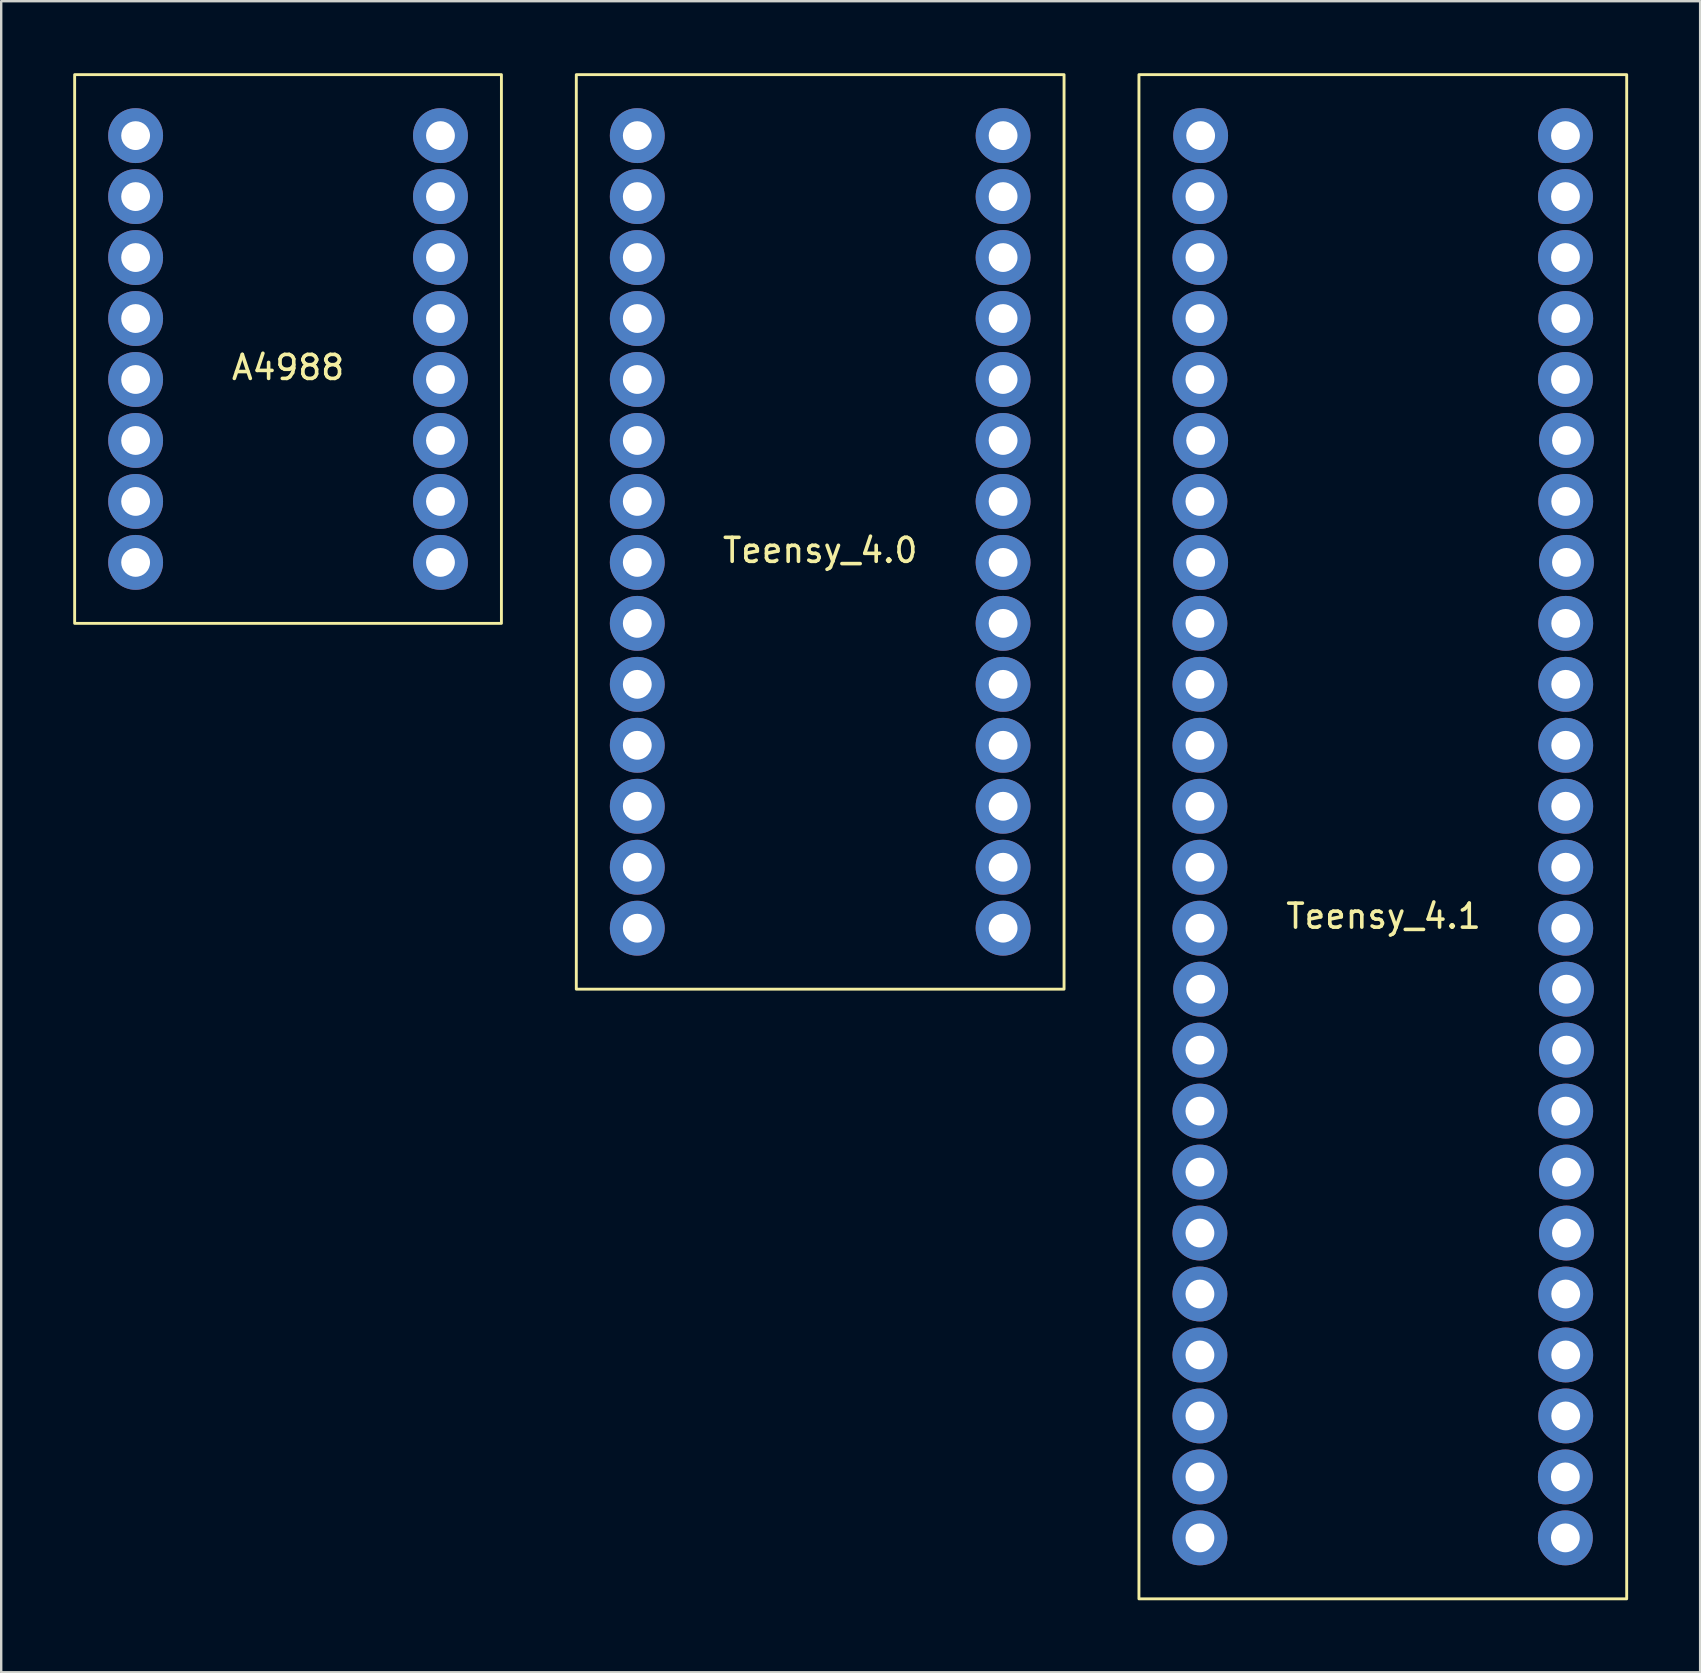
<source format=kicad_pcb>
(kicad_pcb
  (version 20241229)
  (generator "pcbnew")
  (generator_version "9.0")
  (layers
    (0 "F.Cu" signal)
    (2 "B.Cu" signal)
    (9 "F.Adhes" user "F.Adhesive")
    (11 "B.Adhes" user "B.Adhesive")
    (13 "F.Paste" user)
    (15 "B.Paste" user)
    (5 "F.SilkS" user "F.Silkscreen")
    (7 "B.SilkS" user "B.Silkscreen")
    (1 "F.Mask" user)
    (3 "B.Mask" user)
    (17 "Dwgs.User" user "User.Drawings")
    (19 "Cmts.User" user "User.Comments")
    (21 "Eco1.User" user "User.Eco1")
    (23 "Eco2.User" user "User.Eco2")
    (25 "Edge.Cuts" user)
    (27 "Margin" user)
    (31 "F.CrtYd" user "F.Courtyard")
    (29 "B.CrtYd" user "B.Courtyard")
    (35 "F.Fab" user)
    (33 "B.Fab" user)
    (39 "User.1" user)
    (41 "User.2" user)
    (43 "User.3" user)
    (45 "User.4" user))
  (footprint "Teensy_4.1"
    (layer "F.Cu")
    (at 54.56 30.54)
    (property "Reference" "Teensy_4.1" (at 0.03 4.58 0) (unlocked yes) (layer "F.SilkS") (effects (font (size 1 1) (thickness 0.15))))
    (attr smd)
    (fp_rect (start -10.16 -30.48) (end 10.16 33.02) (stroke (width 0.12) (type solid)) (fill no) (layer "F.SilkS"))
    (pad "1" thru_hole circle (at -7.59 -27.94) (size 2.286 2.286) (drill 1.2) (layers "*.Cu" "*.Mask"))
    (pad "2" thru_hole circle (at -7.62 -25.4) (size 2.286 2.286) (drill 1.2) (layers "*.Cu" "*.Mask"))
    (pad "3" thru_hole circle (at -7.62 -22.86) (size 2.286 2.286) (drill 1.2) (layers "*.Cu" "*.Mask"))
    (pad "4" thru_hole circle (at -7.62 -20.32) (size 2.286 2.286) (drill 1.2) (layers "*.Cu" "*.Mask"))
    (pad "5" thru_hole circle (at -7.62 -17.78) (size 2.286 2.286) (drill 1.2) (layers "*.Cu" "*.Mask"))
    (pad "6" thru_hole circle (at -7.59 -15.24) (size 2.286 2.286) (drill 1.2) (layers "*.Cu" "*.Mask"))
    (pad "7" thru_hole circle (at -7.62 -12.7) (size 2.286 2.286) (drill 1.2) (layers "*.Cu" "*.Mask"))
    (pad "8" thru_hole circle (at -7.59 -10.16) (size 2.286 2.286) (drill 1.2) (layers "*.Cu" "*.Mask"))
    (pad "9" thru_hole circle (at -7.62 -7.62) (size 2.286 2.286) (drill 1.2) (layers "*.Cu" "*.Mask"))
    (pad "10" thru_hole circle (at -7.62 -5.08) (size 2.286 2.286) (drill 1.2) (layers "*.Cu" "*.Mask"))
    (pad "11" thru_hole circle (at -7.62 -2.54) (size 2.286 2.286) (drill 1.2) (layers "*.Cu" "*.Mask"))
    (pad "12" thru_hole circle (at -7.62 0) (size 2.286 2.286) (drill 1.2) (layers "*.Cu" "*.Mask"))
    (pad "13" thru_hole circle (at -7.62 2.54) (size 2.286 2.286) (drill 1.2) (layers "*.Cu" "*.Mask"))
    (pad "14" thru_hole circle (at -7.62 5.08) (size 2.286 2.286) (drill 1.2) (layers "*.Cu" "*.Mask"))
    (pad "15" thru_hole circle (at -7.59 7.62) (size 2.286 2.286) (drill 1.2) (layers "*.Cu" "*.Mask"))
    (pad "16" thru_hole circle (at -7.62 10.16) (size 2.286 2.286) (drill 1.2) (layers "*.Cu" "*.Mask"))
    (pad "17" thru_hole circle (at -7.62 12.7) (size 2.286 2.286) (drill 1.2) (layers "*.Cu" "*.Mask"))
    (pad "18" thru_hole circle (at -7.62 15.24) (size 2.286 2.286) (drill 1.2) (layers "*.Cu" "*.Mask"))
    (pad "19" thru_hole circle (at -7.62 17.78) (size 2.286 2.286) (drill 1.2) (layers "*.Cu" "*.Mask"))
    (pad "20" thru_hole circle (at -7.62 20.32) (size 2.286 2.286) (drill 1.2) (layers "*.Cu" "*.Mask"))
    (pad "21" thru_hole circle (at -7.62 22.86) (size 2.286 2.286) (drill 1.2) (layers "*.Cu" "*.Mask"))
    (pad "22" thru_hole circle (at -7.62 25.4) (size 2.286 2.286) (drill 1.2) (layers "*.Cu" "*.Mask"))
    (pad "23" thru_hole circle (at -7.62 27.94) (size 2.286 2.286) (drill 1.2) (layers "*.Cu" "*.Mask"))
    (pad "24" thru_hole circle (at -7.62 30.48) (size 2.286 2.286) (drill 1.2) (layers "*.Cu" "*.Mask"))
    (pad "25" thru_hole circle (at 7.61 -27.94) (size 2.286 2.286) (drill 1.2) (layers "*.Cu" "*.Mask"))
    (pad "26" thru_hole circle (at 7.61 -25.4) (size 2.286 2.286) (drill 1.2) (layers "*.Cu" "*.Mask"))
    (pad "27" thru_hole circle (at 7.61 -22.86) (size 2.286 2.286) (drill 1.2) (layers "*.Cu" "*.Mask"))
    (pad "28" thru_hole circle (at 7.62 -20.32) (size 2.286 2.286) (drill 1.2) (layers "*.Cu" "*.Mask"))
    (pad "29" thru_hole circle (at 7.61 -17.78) (size 2.286 2.286) (drill 1.2) (layers "*.Cu" "*.Mask"))
    (pad "30" thru_hole circle (at 7.65 -15.24) (size 2.286 2.286) (drill 1.2) (layers "*.Cu" "*.Mask"))
    (pad "31" thru_hole circle (at 7.62 -12.7) (size 2.286 2.286) (drill 1.2) (layers "*.Cu" "*.Mask"))
    (pad "32" thru_hole circle (at 7.65 -10.16) (size 2.286 2.286) (drill 1.2) (layers "*.Cu" "*.Mask"))
    (pad "33" thru_hole circle (at 7.62 -7.62) (size 2.286 2.286) (drill 1.2) (layers "*.Cu" "*.Mask"))
    (pad "34" thru_hole circle (at 7.62 -5.08) (size 2.286 2.286) (drill 1.2) (layers "*.Cu" "*.Mask"))
    (pad "35" thru_hole circle (at 7.62 -2.54) (size 2.286 2.286) (drill 1.2) (layers "*.Cu" "*.Mask"))
    (pad "36" thru_hole circle (at 7.62 0) (size 2.286 2.286) (drill 1.2) (layers "*.Cu" "*.Mask"))
    (pad "37" thru_hole circle (at 7.62 2.54) (size 2.286 2.286) (drill 1.2) (layers "*.Cu" "*.Mask"))
    (pad "38" thru_hole circle (at 7.62 5.08) (size 2.286 2.286) (drill 1.2) (layers "*.Cu" "*.Mask"))
    (pad "39" thru_hole circle (at 7.65 7.62) (size 2.286 2.286) (drill 1.2) (layers "*.Cu" "*.Mask"))
    (pad "40" thru_hole circle (at 7.65 10.16) (size 2.286 2.286) (drill 1.2) (layers "*.Cu" "*.Mask"))
    (pad "41" thru_hole circle (at 7.62 12.7) (size 2.286 2.286) (drill 1.2) (layers "*.Cu" "*.Mask"))
    (pad "42" thru_hole circle (at 7.65 15.24) (size 2.286 2.286) (drill 1.2) (layers "*.Cu" "*.Mask"))
    (pad "43" thru_hole circle (at 7.65 17.78) (size 2.286 2.286) (drill 1.2) (layers "*.Cu" "*.Mask"))
    (pad "44" thru_hole circle (at 7.62 20.32) (size 2.286 2.286) (drill 1.2) (layers "*.Cu" "*.Mask"))
    (pad "45" thru_hole circle (at 7.62 22.86) (size 2.286 2.286) (drill 1.2) (layers "*.Cu" "*.Mask"))
    (pad "46" thru_hole circle (at 7.62 25.4) (size 2.286 2.286) (drill 1.2) (layers "*.Cu" "*.Mask"))
    (pad "47" thru_hole circle (at 7.605 27.94) (size 2.286 2.286) (drill 1.2) (layers "*.Cu" "*.Mask"))
    (pad "48" thru_hole circle (at 7.605 30.48) (size 2.286 2.286) (drill 1.2) (layers "*.Cu" "*.Mask")))
  (footprint "A4988"
    (layer "F.Cu")
    (at 8.95 12.76)
    (property "Reference" "A4988" (at 0 -0.5 0) (unlocked yes) (layer "F.SilkS") (effects (font (size 1 1) (thickness 0.15))))
    (attr smd)
    (fp_rect (start -8.89 -12.7) (end 8.89 10.16) (stroke (width 0.12) (type solid)) (fill no) (layer "F.SilkS"))
    (pad "1" thru_hole circle (at -6.35 -10.16) (size 2.286 2.286) (drill 1.2) (layers "*.Cu" "*.Mask"))
    (pad "2" thru_hole circle (at -6.35 -7.62) (size 2.286 2.286) (drill 1.2) (layers "*.Cu" "*.Mask"))
    (pad "3" thru_hole circle (at -6.35 -5.08) (size 2.286 2.286) (drill 1.2) (layers "*.Cu" "*.Mask"))
    (pad "4" thru_hole circle (at -6.35 -2.54) (size 2.286 2.286) (drill 1.2) (layers "*.Cu" "*.Mask"))
    (pad "5" thru_hole circle (at -6.35 0) (size 2.286 2.286) (drill 1.2) (layers "*.Cu" "*.Mask"))
    (pad "6" thru_hole circle (at -6.35 2.54) (size 2.286 2.286) (drill 1.2) (layers "*.Cu" "*.Mask"))
    (pad "7" thru_hole circle (at -6.35 5.08) (size 2.286 2.286) (drill 1.2) (layers "*.Cu" "*.Mask"))
    (pad "8" thru_hole circle (at -6.35 7.62) (size 2.286 2.286) (drill 1.2) (layers "*.Cu" "*.Mask"))
    (pad "9" thru_hole circle (at 6.35 -10.16) (size 2.286 2.286) (drill 1.2) (layers "*.Cu" "*.Mask"))
    (pad "10" thru_hole circle (at 6.35 -7.62) (size 2.286 2.286) (drill 1.2) (layers "*.Cu" "*.Mask"))
    (pad "11" thru_hole circle (at 6.35 -5.08) (size 2.286 2.286) (drill 1.2) (layers "*.Cu" "*.Mask"))
    (pad "12" thru_hole circle (at 6.35 -2.54) (size 2.286 2.286) (drill 1.2) (layers "*.Cu" "*.Mask"))
    (pad "13" thru_hole circle (at 6.35 0) (size 2.286 2.286) (drill 1.2) (layers "*.Cu" "*.Mask"))
    (pad "14" thru_hole circle (at 6.35 2.54) (size 2.286 2.286) (drill 1.2) (layers "*.Cu" "*.Mask"))
    (pad "15" thru_hole circle (at 6.35 5.08) (size 2.286 2.286) (drill 1.2) (layers "*.Cu" "*.Mask"))
    (pad "16" thru_hole circle (at 6.35 7.62) (size 2.286 2.286) (drill 1.2) (layers "*.Cu" "*.Mask")))
  (footprint "Teensy_4.0"
    (layer "F.Cu")
    (at 31.12 20.38)
    (property "Reference" "Teensy_4.0" (at 0 -0.5 0) (unlocked yes) (layer "F.SilkS") (effects (font (size 1 1) (thickness 0.15))))
    (attr smd)
    (fp_rect (start -10.16 -20.32) (end 10.16 17.78) (stroke (width 0.12) (type solid)) (fill no) (layer "F.SilkS"))
    (pad "1" thru_hole circle (at -7.62 -17.78) (size 2.286 2.286) (drill 1.2) (layers "*.Cu" "*.Mask"))
    (pad "2" thru_hole circle (at -7.62 -15.24) (size 2.286 2.286) (drill 1.2) (layers "*.Cu" "*.Mask"))
    (pad "3" thru_hole circle (at -7.62 -12.7) (size 2.286 2.286) (drill 1.2) (layers "*.Cu" "*.Mask"))
    (pad "4" thru_hole circle (at -7.62 -10.16) (size 2.286 2.286) (drill 1.2) (layers "*.Cu" "*.Mask"))
    (pad "5" thru_hole circle (at -7.62 -7.62) (size 2.286 2.286) (drill 1.2) (layers "*.Cu" "*.Mask"))
    (pad "6" thru_hole circle (at -7.62 -5.08) (size 2.286 2.286) (drill 1.2) (layers "*.Cu" "*.Mask"))
    (pad "7" thru_hole circle (at -7.62 -2.54) (size 2.286 2.286) (drill 1.2) (layers "*.Cu" "*.Mask"))
    (pad "8" thru_hole circle (at -7.62 0) (size 2.286 2.286) (drill 1.2) (layers "*.Cu" "*.Mask"))
    (pad "9" thru_hole circle (at -7.62 2.54) (size 2.286 2.286) (drill 1.2) (layers "*.Cu" "*.Mask"))
    (pad "10" thru_hole circle (at -7.62 5.08) (size 2.286 2.286) (drill 1.2) (layers "*.Cu" "*.Mask"))
    (pad "11" thru_hole circle (at -7.62 7.62) (size 2.286 2.286) (drill 1.2) (layers "*.Cu" "*.Mask"))
    (pad "12" thru_hole circle (at -7.62 10.16) (size 2.286 2.286) (drill 1.2) (layers "*.Cu" "*.Mask"))
    (pad "13" thru_hole circle (at -7.62 12.7) (size 2.286 2.286) (drill 1.2) (layers "*.Cu" "*.Mask"))
    (pad "14" thru_hole circle (at -7.62 15.24) (size 2.286 2.286) (drill 1.2) (layers "*.Cu" "*.Mask"))
    (pad "15" thru_hole circle (at 7.62 -17.78) (size 2.286 2.286) (drill 1.2) (layers "*.Cu" "*.Mask"))
    (pad "16" thru_hole circle (at 7.62 -15.24) (size 2.286 2.286) (drill 1.2) (layers "*.Cu" "*.Mask"))
    (pad "17" thru_hole circle (at 7.62 -12.7) (size 2.286 2.286) (drill 1.2) (layers "*.Cu" "*.Mask"))
    (pad "18" thru_hole circle (at 7.62 -10.16) (size 2.286 2.286) (drill 1.2) (layers "*.Cu" "*.Mask"))
    (pad "19" thru_hole circle (at 7.62 -7.62) (size 2.286 2.286) (drill 1.2) (layers "*.Cu" "*.Mask"))
    (pad "20" thru_hole circle (at 7.62 -5.08) (size 2.286 2.286) (drill 1.2) (layers "*.Cu" "*.Mask"))
    (pad "21" thru_hole circle (at 7.62 -2.54) (size 2.286 2.286) (drill 1.2) (layers "*.Cu" "*.Mask"))
    (pad "22" thru_hole circle (at 7.62 0) (size 2.286 2.286) (drill 1.2) (layers "*.Cu" "*.Mask"))
    (pad "23" thru_hole circle (at 7.62 2.54) (size 2.286 2.286) (drill 1.2) (layers "*.Cu" "*.Mask"))
    (pad "24" thru_hole circle (at 7.62 5.08) (size 2.286 2.286) (drill 1.2) (layers "*.Cu" "*.Mask"))
    (pad "25" thru_hole circle (at 7.62 7.62) (size 2.286 2.286) (drill 1.2) (layers "*.Cu" "*.Mask"))
    (pad "26" thru_hole circle (at 7.62 10.16) (size 2.286 2.286) (drill 1.2) (layers "*.Cu" "*.Mask"))
    (pad "27" thru_hole circle (at 7.62 12.7) (size 2.286 2.286) (drill 1.2) (layers "*.Cu" "*.Mask"))
    (pad "28" thru_hole circle (at 7.62 15.24) (size 2.286 2.286) (drill 1.2) (layers "*.Cu" "*.Mask")))
  (gr_rect
    (start -3 -3)
    (end 67.78 66.62)
    (stroke (width 0.1) (type default))
    (fill no)
    (layer "Edge.Cuts")))
</source>
